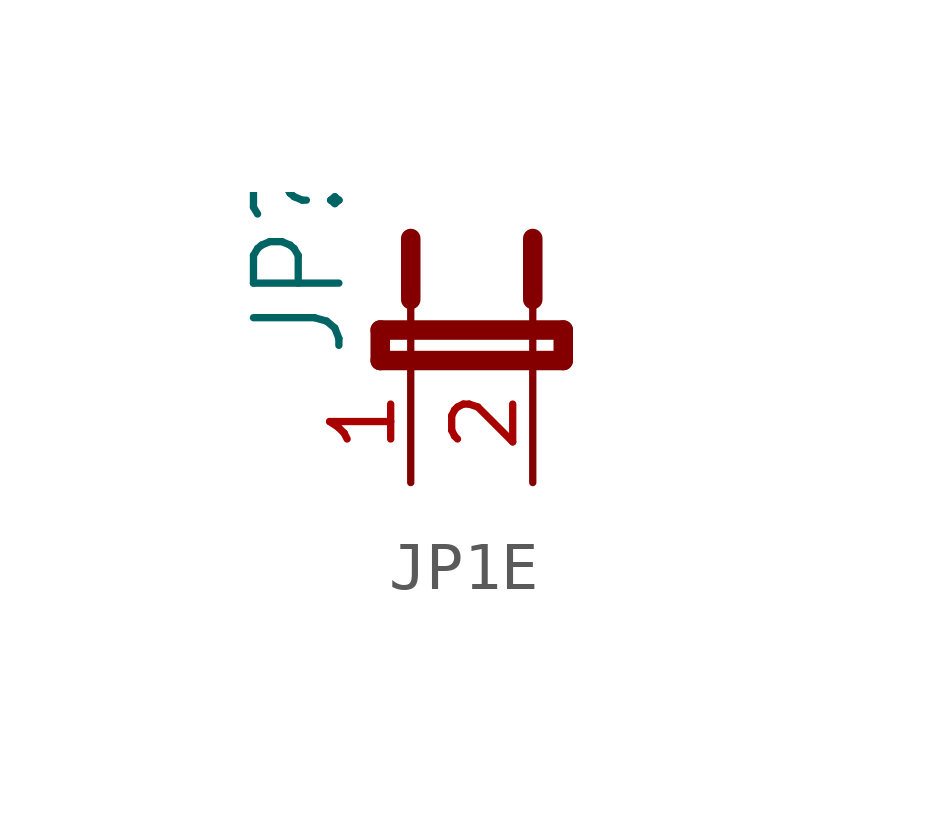
<source format=kicad_sym>
(kicad_symbol_lib
  (version 20220914)
  (generator kicad_symbol_editor)
  (symbol "JP1E"
    (property "Reference" "JP"
      (at -1.27 0 90)
      (effects (font (size 1.778 1.511)) (justify left bottom)))
    (property "Value" ""
      (at 5.715 0 90)
      (effects (font (size 1.778 1.511)) (justify left bottom)))
    (property "ki_locked" ""
      (at 0 0 0)
      (effects (font (size 1.27 1.27))))
    (symbol "JP1E_1_0"
      (polyline (pts (xy -0.635 0) (xy 3.175 0)) (stroke (width 0.406) (type solid)) (fill (type none)))
      (polyline (pts (xy -0.635 0.635) (xy -0.635 0)) (stroke (width 0.406) (type solid)) (fill (type none)))
      (polyline (pts (xy 0 0) (xy 0 1.27)) (stroke (width 0.152) (type solid)) (fill (type none)))
      (polyline (pts (xy 0 2.54) (xy 0 1.27)) (stroke (width 0.406) (type solid)) (fill (type none)))
      (polyline (pts (xy 2.54 0) (xy 2.54 1.27)) (stroke (width 0.152) (type solid)) (fill (type none)))
      (polyline (pts (xy 2.54 2.54) (xy 2.54 1.27)) (stroke (width 0.406) (type solid)) (fill (type none)))
      (polyline (pts (xy 3.175 0) (xy 3.175 0.635)) (stroke (width 0.406) (type solid)) (fill (type none)))
      (polyline (pts (xy 3.175 0.635) (xy -0.635 0.635)) (stroke (width 0.406) (type solid)) (fill (type none)))
      (pin passive line (at 0 -2.54 90) (length 2.54) (name "1" (effects (font (size 0 0)))) (number "1" (effects (font (size 1.27 1.27)))))
      (pin passive line (at 2.54 -2.54 90) (length 2.54) (name "2" (effects (font (size 0 0)))) (number "2" (effects (font (size 1.27 1.27))))))))
</source>
